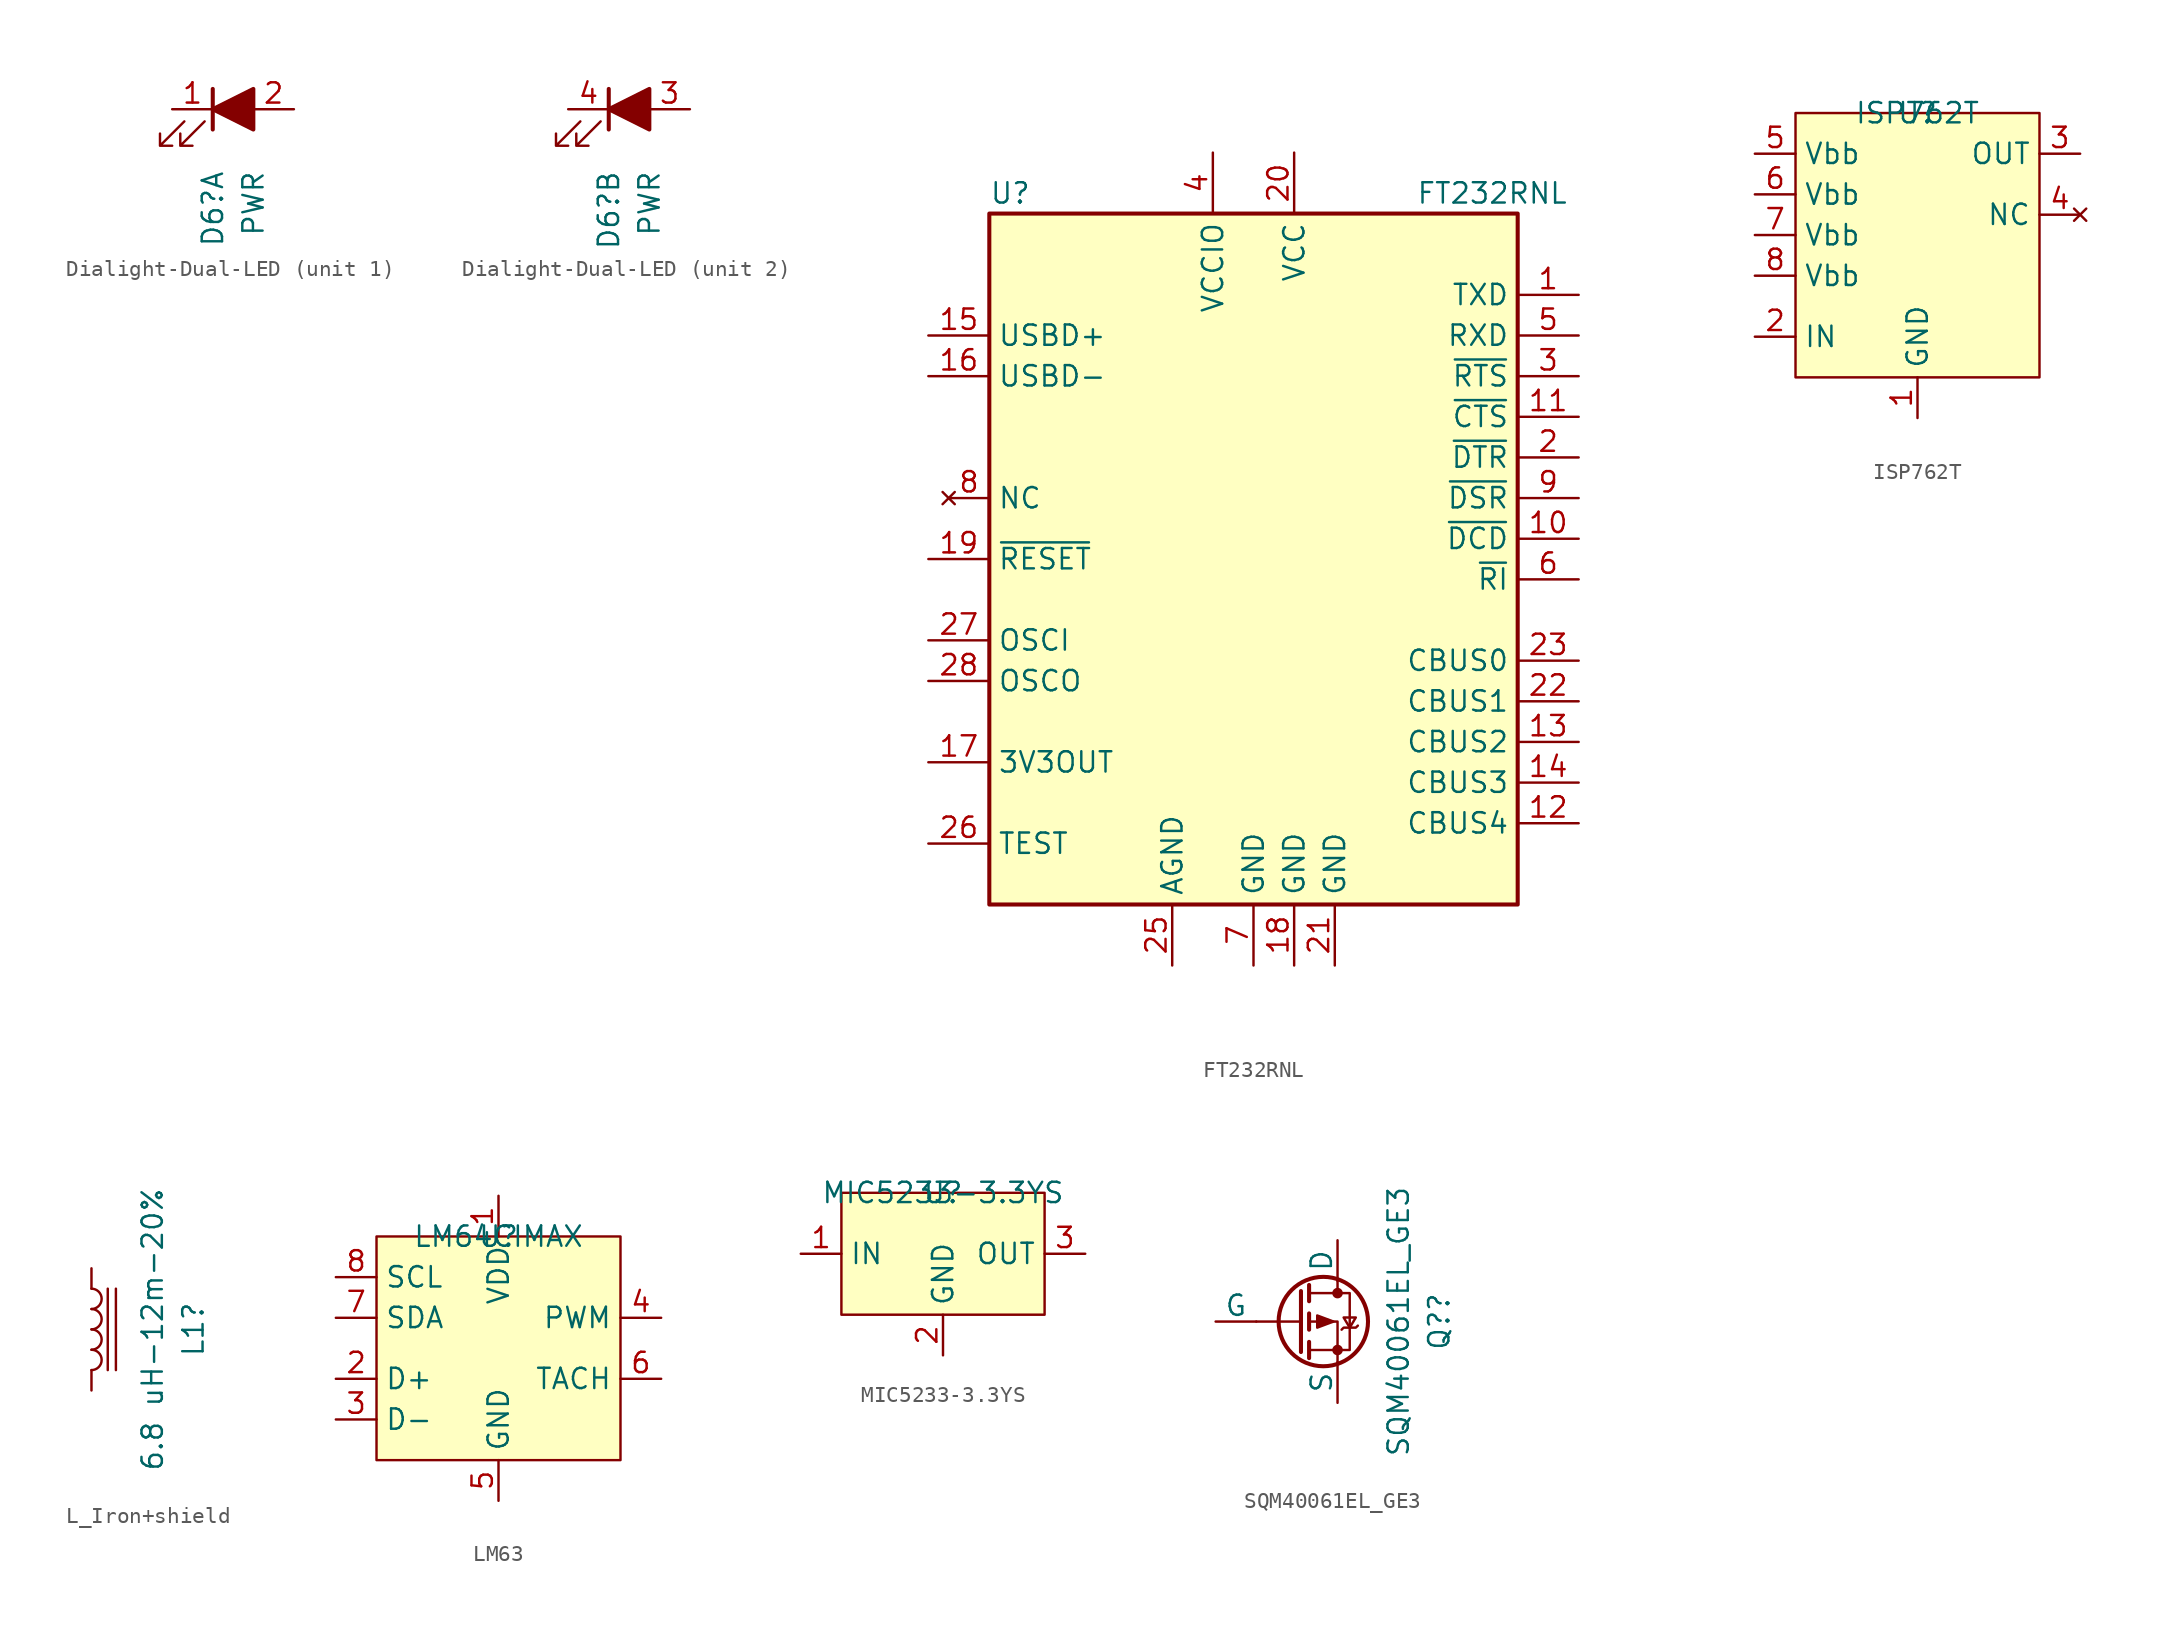
<source format=kicad_sym>
(kicad_symbol_lib
  (version 20241209)
  (generator "kicad_symbol_editor")
  (generator_version "9.0")
  (symbol "Dialight-Dual-LED"
    (pin_names
      (offset 1.016)
      (hide yes))
    (property "Reference" "D6"
      (at -1.27 -3.81 90)
      (effects (font (size 1.27 1.27)) (justify right)))
    (property "Value" "PWR"
      (at 1.27 -3.81 90)
      (effects (font (size 1.27 1.27)) (justify right)))
    (property "ki_locked" ""
      (at 0 0 0)
      (effects (font (size 1.27 1.27))))
    (symbol "Dialight-Dual-LED_0_1"
      (polyline (pts (xy -3.048 -0.762) (xy -4.572 -2.286) (xy -3.81 -2.286) (xy -4.572 -2.286) (xy -4.572 -1.524)) (stroke (width 0) (type default) (color 132 0 0 1)) (fill (type none)))
      (polyline (pts (xy -1.778 -0.762) (xy -3.302 -2.286) (xy -2.54 -2.286) (xy -3.302 -2.286) (xy -3.302 -1.524)) (stroke (width 0) (type default) (color 132 0 0 1)) (fill (type none)))
      (polyline (pts (xy -1.27 -1.27) (xy -1.27 1.27)) (stroke (width 0.254) (type default) (color 132 0 0 1)) (fill (type color) (color 255 0 0 1)))
      (polyline (pts (xy 1.27 -1.27) (xy 1.27 1.27) (xy -1.27 0) (xy 1.27 -1.27)) (stroke (width 0.254) (type default) (color 132 0 0 1)) (fill (type outline))))
    (symbol "Dialight-Dual-LED_1_1"
      (pin passive line (at -3.81 0 0) (length 2.54) (name "Red-K" (effects (font (size 1.27 1.27)))) (number "1" (effects (font (size 1.27 1.27)))))
      (pin passive line (at 3.81 0 180) (length 2.54) (name "RedA" (effects (font (size 1.27 1.27)))) (number "2" (effects (font (size 1.27 1.27))))))
    (symbol "Dialight-Dual-LED_2_1"
      (pin passive line (at -3.81 0 0) (length 2.54) (name "Green-K" (effects (font (size 1.27 1.27)))) (number "4" (effects (font (size 1.27 1.27)))))
      (pin passive line (at 3.81 0 180) (length 2.54) (name "Green-A" (effects (font (size 1.27 1.27)))) (number "3" (effects (font (size 1.27 1.27)))))))
  (symbol "FT232RNL"
    (property "Reference" "U"
      (at -16.51 22.86 0)
      (effects (font (size 1.27 1.27)) (justify left)))
    (property "Value" "FT232RNL"
      (at 10.16 22.86 0)
      (effects (font (size 1.27 1.27)) (justify left)))
    (symbol "FT232RNL_0_1"
      (rectangle (start -16.51 21.59) (end 16.51 -21.59) (stroke (width 0.254) (type default)) (fill (type background))))
    (symbol "FT232RNL_1_0"
      (pin no_connect line (at -19.05 3.81 0) (length 2.54) (name "NC" (effects (font (size 1.27 1.27)))) (number "8" (effects (font (size 1.27 1.27))))))
    (symbol "FT232RNL_1_1"
      (pin bidirectional line (at -20.32 13.97 0) (length 3.81) (name "USBD+" (effects (font (size 1.27 1.27)))) (number "15" (effects (font (size 1.27 1.27)))))
      (pin bidirectional line (at -20.32 11.43 0) (length 3.81) (name "USBD-" (effects (font (size 1.27 1.27)))) (number "16" (effects (font (size 1.27 1.27)))))
      (pin input line (at -20.32 0 0) (length 3.81) (name "~{RESET}" (effects (font (size 1.27 1.27)))) (number "19" (effects (font (size 1.27 1.27)))))
      (pin input line (at -20.32 -5.08 0) (length 3.81) (name "OSCI" (effects (font (size 1.27 1.27)))) (number "27" (effects (font (size 1.27 1.27)))))
      (pin output line (at -20.32 -7.62 0) (length 3.81) (name "OSCO" (effects (font (size 1.27 1.27)))) (number "28" (effects (font (size 1.27 1.27)))))
      (pin power_out line (at -20.32 -12.7 0) (length 3.81) (name "3V3OUT" (effects (font (size 1.27 1.27)))) (number "17" (effects (font (size 1.27 1.27)))))
      (pin input line (at -20.32 -17.78 0) (length 3.81) (name "TEST" (effects (font (size 1.27 1.27)))) (number "26" (effects (font (size 1.27 1.27)))))
      (pin power_in line (at -5.08 -25.4 90) (length 3.81) (name "AGND" (effects (font (size 1.27 1.27)))) (number "25" (effects (font (size 1.27 1.27)))))
      (pin power_in line (at -2.54 25.4 270) (length 3.81) (name "VCCIO" (effects (font (size 1.27 1.27)))) (number "4" (effects (font (size 1.27 1.27)))))
      (pin power_in line (at 0 -25.4 90) (length 3.81) (name "GND" (effects (font (size 1.27 1.27)))) (number "7" (effects (font (size 1.27 1.27)))))
      (pin power_in line (at 2.54 25.4 270) (length 3.81) (name "VCC" (effects (font (size 1.27 1.27)))) (number "20" (effects (font (size 1.27 1.27)))))
      (pin power_in line (at 2.54 -25.4 90) (length 3.81) (name "GND" (effects (font (size 1.27 1.27)))) (number "18" (effects (font (size 1.27 1.27)))))
      (pin power_in line (at 5.08 -25.4 90) (length 3.81) (name "GND" (effects (font (size 1.27 1.27)))) (number "21" (effects (font (size 1.27 1.27)))))
      (pin output line (at 20.32 16.51 180) (length 3.81) (name "TXD" (effects (font (size 1.27 1.27)))) (number "1" (effects (font (size 1.27 1.27)))))
      (pin input line (at 20.32 13.97 180) (length 3.81) (name "RXD" (effects (font (size 1.27 1.27)))) (number "5" (effects (font (size 1.27 1.27)))))
      (pin output line (at 20.32 11.43 180) (length 3.81) (name "~{RTS}" (effects (font (size 1.27 1.27)))) (number "3" (effects (font (size 1.27 1.27)))))
      (pin input line (at 20.32 8.89 180) (length 3.81) (name "~{CTS}" (effects (font (size 1.27 1.27)))) (number "11" (effects (font (size 1.27 1.27)))))
      (pin output line (at 20.32 6.35 180) (length 3.81) (name "~{DTR}" (effects (font (size 1.27 1.27)))) (number "2" (effects (font (size 1.27 1.27)))))
      (pin input line (at 20.32 3.81 180) (length 3.81) (name "~{DSR}" (effects (font (size 1.27 1.27)))) (number "9" (effects (font (size 1.27 1.27)))))
      (pin input line (at 20.32 1.27 180) (length 3.81) (name "~{DCD}" (effects (font (size 1.27 1.27)))) (number "10" (effects (font (size 1.27 1.27)))))
      (pin input line (at 20.32 -1.27 180) (length 3.81) (name "~{RI}" (effects (font (size 1.27 1.27)))) (number "6" (effects (font (size 1.27 1.27)))))
      (pin bidirectional line (at 20.32 -6.35 180) (length 3.81) (name "CBUS0" (effects (font (size 1.27 1.27)))) (number "23" (effects (font (size 1.27 1.27)))))
      (pin bidirectional line (at 20.32 -8.89 180) (length 3.81) (name "CBUS1" (effects (font (size 1.27 1.27)))) (number "22" (effects (font (size 1.27 1.27)))))
      (pin bidirectional line (at 20.32 -11.43 180) (length 3.81) (name "CBUS2" (effects (font (size 1.27 1.27)))) (number "13" (effects (font (size 1.27 1.27)))))
      (pin bidirectional line (at 20.32 -13.97 180) (length 3.81) (name "CBUS3" (effects (font (size 1.27 1.27)))) (number "14" (effects (font (size 1.27 1.27)))))
      (pin bidirectional line (at 20.32 -16.51 180) (length 3.81) (name "CBUS4" (effects (font (size 1.27 1.27)))) (number "12" (effects (font (size 1.27 1.27)))))))
  (symbol "ISP762T"
    (property "Reference" "U"
      (at 0 0 0)
      (effects (font (size 1.27 1.27))))
    (property "Value" "ISP762T"
      (at 0 0 0)
      (effects (font (size 1.27 1.27))))
    (symbol "ISP762T_1_1"
      (rectangle (start -7.62 0) (end 7.62 -16.51) (stroke (width 0) (type default)) (fill (type background)))
      (pin power_in line (at -10.16 -2.54 0) (length 2.54) (name "Vbb" (effects (font (size 1.27 1.27)))) (number "5" (effects (font (size 1.27 1.27)))))
      (pin power_in line (at -10.16 -5.08 0) (length 2.54) (name "Vbb" (effects (font (size 1.27 1.27)))) (number "6" (effects (font (size 1.27 1.27)))))
      (pin power_in line (at -10.16 -7.62 0) (length 2.54) (name "Vbb" (effects (font (size 1.27 1.27)))) (number "7" (effects (font (size 1.27 1.27)))))
      (pin power_in line (at -10.16 -10.16 0) (length 2.54) (name "Vbb" (effects (font (size 1.27 1.27)))) (number "8" (effects (font (size 1.27 1.27)))))
      (pin input line (at -10.16 -13.97 0) (length 2.54) (name "IN" (effects (font (size 1.27 1.27)))) (number "2" (effects (font (size 1.27 1.27)))))
      (pin passive line (at 0 -19.05 90) (length 2.54) (name "GND" (effects (font (size 1.27 1.27)))) (number "1" (effects (font (size 1.27 1.27)))))
      (pin output line (at 10.16 -2.54 180) (length 2.54) (name "OUT" (effects (font (size 1.27 1.27)))) (number "3" (effects (font (size 1.27 1.27)))))
      (pin no_connect line (at 10.16 -6.35 180) (length 2.54) (name "NC" (effects (font (size 1.27 1.27)))) (number "4" (effects (font (size 1.27 1.27)))))))
  (symbol "L_Iron+shield"
    (pin_numbers
      (hide yes))
    (pin_names
      (offset 1.016)
      (hide yes))
    (property "Reference" "L1"
      (at 6.35 0 90)
      (effects (font (size 1.27 1.27))))
    (property "Value" "6.8 uH-12m-20%"
      (at 3.81 0 90)
      (effects (font (size 1.27 1.27))))
    (symbol "L_Iron+shield_0_1"
      (arc (start 0 2.54) (mid 0.6323 1.905) (end 0 1.27) (stroke (width 0) (type default)) (fill (type none)))
      (arc (start 0 1.27) (mid 0.6323 0.635) (end 0 0) (stroke (width 0) (type default)) (fill (type none)))
      (arc (start 0 0) (mid 0.6323 -0.635) (end 0 -1.27) (stroke (width 0) (type default)) (fill (type none)))
      (arc (start 0 -1.27) (mid 0.6323 -1.905) (end 0 -2.54) (stroke (width 0) (type default)) (fill (type none)))
      (polyline (pts (xy 1.016 2.54) (xy 1.016 -2.54)) (stroke (width 0) (type default)) (fill (type none)))
      (polyline (pts (xy 1.524 -2.54) (xy 1.524 2.54)) (stroke (width 0) (type default)) (fill (type none))))
    (symbol "L_Iron+shield_1_1"
      (pin passive line (at 0 3.81 270) (length 1.27) (name "1" (effects (font (size 1.27 1.27)))) (number "1" (effects (font (size 1.27 1.27)))))
      (pin passive line (at 0 -3.81 90) (length 1.27) (name "2" (effects (font (size 1.27 1.27)))) (number "2" (effects (font (size 1.27 1.27)))))))
  (symbol "LM63"
    (property "Reference" "U"
      (at 0 0 0)
      (effects (font (size 1.27 1.27))))
    (property "Value" "LM64CIMAX"
      (at 0 0 0)
      (effects (font (size 1.27 1.27))))
    (symbol "LM63_1_1"
      (rectangle (start -7.62 0) (end 7.62 -13.97) (stroke (width 0) (type default)) (fill (type background)))
      (pin input line (at -10.16 -2.54 0) (length 2.54) (name "SCL" (effects (font (size 1.27 1.27)))) (number "8" (effects (font (size 1.27 1.27)))))
      (pin input line (at -10.16 -5.08 0) (length 2.54) (name "SDA" (effects (font (size 1.27 1.27)))) (number "7" (effects (font (size 1.27 1.27)))))
      (pin passive line (at -10.16 -8.89 0) (length 2.54) (name "D+" (effects (font (size 1.27 1.27)))) (number "2" (effects (font (size 1.27 1.27)))))
      (pin passive line (at -10.16 -11.43 0) (length 2.54) (name "D-" (effects (font (size 1.27 1.27)))) (number "3" (effects (font (size 1.27 1.27)))))
      (pin power_in line (at 0 2.54 270) (length 2.54) (name "VDD" (effects (font (size 1.27 1.27)))) (number "1" (effects (font (size 1.27 1.27)))))
      (pin passive line (at 0 -16.51 90) (length 2.54) (name "GND" (effects (font (size 1.27 1.27)))) (number "5" (effects (font (size 1.27 1.27)))))
      (pin open_collector line (at 10.16 -5.08 180) (length 2.54) (name "PWM" (effects (font (size 1.27 1.27)))) (number "4" (effects (font (size 1.27 1.27)))))
      (pin input line (at 10.16 -8.89 180) (length 2.54) (name "TACH" (effects (font (size 1.27 1.27)))) (number "6" (effects (font (size 1.27 1.27)))))))
  (symbol "MIC5233-3.3YS"
    (property "Reference" "U"
      (at 0 0 0)
      (effects (font (size 1.27 1.27))))
    (property "Value" "MIC5233-3.3YS"
      (at 0 0 0)
      (effects (font (size 1.27 1.27))))
    (symbol "MIC5233-3.3YS_1_1"
      (rectangle (start -6.35 0) (end 6.35 -7.62) (stroke (width 0) (type default)) (fill (type background)))
      (pin power_in line (at -8.89 -3.81 0) (length 2.54) (name "IN" (effects (font (size 1.27 1.27)))) (number "1" (effects (font (size 1.27 1.27)))))
      (pin passive line (at 0 -10.16 90) (length 2.54) (name "GND" (effects (font (size 1.27 1.27)))) (number "2" (effects (font (size 1.27 1.27)))))
      (pin power_out line (at 8.89 -3.81 180) (length 2.54) (name "OUT" (effects (font (size 1.27 1.27)))) (number "3" (effects (font (size 1.27 1.27)))))))
  (symbol "SQM40061EL_GE3"
    (pin_numbers
      (hide yes))
    (pin_names
      (offset 0))
    (property "Reference" "Q?"
      (at 8.89 0 90)
      (effects (font (size 1.27 1.27))))
    (property "Value" "SQM40061EL_GE3"
      (at 6.35 0 90)
      (effects (font (size 1.27 1.27))))
    (symbol "SQM40061EL_GE3_0_1"
      (polyline (pts (xy 0.254 1.905) (xy 0.254 -1.905)) (stroke (width 0.254) (type default)) (fill (type none)))
      (polyline (pts (xy 0.254 0) (xy -2.54 0)) (stroke (width 0) (type default)) (fill (type none)))
      (polyline (pts (xy 0.762 2.286) (xy 0.762 1.27)) (stroke (width 0.254) (type default)) (fill (type none)))
      (polyline (pts (xy 0.762 1.778) (xy 3.302 1.778) (xy 3.302 -1.778) (xy 0.762 -1.778)) (stroke (width 0) (type default)) (fill (type none)))
      (polyline (pts (xy 0.762 0.508) (xy 0.762 -0.508)) (stroke (width 0.254) (type default)) (fill (type none)))
      (polyline (pts (xy 0.762 -1.27) (xy 0.762 -2.286)) (stroke (width 0.254) (type default)) (fill (type none)))
      (circle (center 1.651 0) (radius 2.794) (stroke (width 0.254) (type default)) (fill (type none)))
      (polyline (pts (xy 2.286 0) (xy 1.27 0.381) (xy 1.27 -0.381) (xy 2.286 0)) (stroke (width 0) (type default)) (fill (type outline)))
      (polyline (pts (xy 2.54 2.54) (xy 2.54 1.778)) (stroke (width 0) (type default)) (fill (type none)))
      (circle (center 2.54 1.778) (radius 0.254) (stroke (width 0) (type default)) (fill (type outline)))
      (circle (center 2.54 -1.778) (radius 0.254) (stroke (width 0) (type default)) (fill (type outline)))
      (polyline (pts (xy 2.54 -2.54) (xy 2.54 0) (xy 0.762 0)) (stroke (width 0) (type default)) (fill (type none)))
      (polyline (pts (xy 2.794 -0.508) (xy 2.921 -0.381) (xy 3.683 -0.381) (xy 3.81 -0.254)) (stroke (width 0) (type default)) (fill (type none)))
      (polyline (pts (xy 3.302 -0.381) (xy 2.921 0.254) (xy 3.683 0.254) (xy 3.302 -0.381)) (stroke (width 0) (type default)) (fill (type none))))
    (symbol "SQM40061EL_GE3_1_1"
      (pin input line (at -5.08 0 0) (length 2.54) (name "G" (effects (font (size 1.27 1.27)))) (number "1" (effects (font (size 1.27 1.27)))))
      (pin passive line (at 2.54 5.08 270) (length 2.54) (name "D" (effects (font (size 1.27 1.27)))) (number "2" (effects (font (size 1.27 1.27)))))
      (pin passive line (at 2.54 -5.08 90) (length 2.54) (name "S" (effects (font (size 1.27 1.27)))) (number "3" (effects (font (size 1.27 1.27))))))))
</source>
